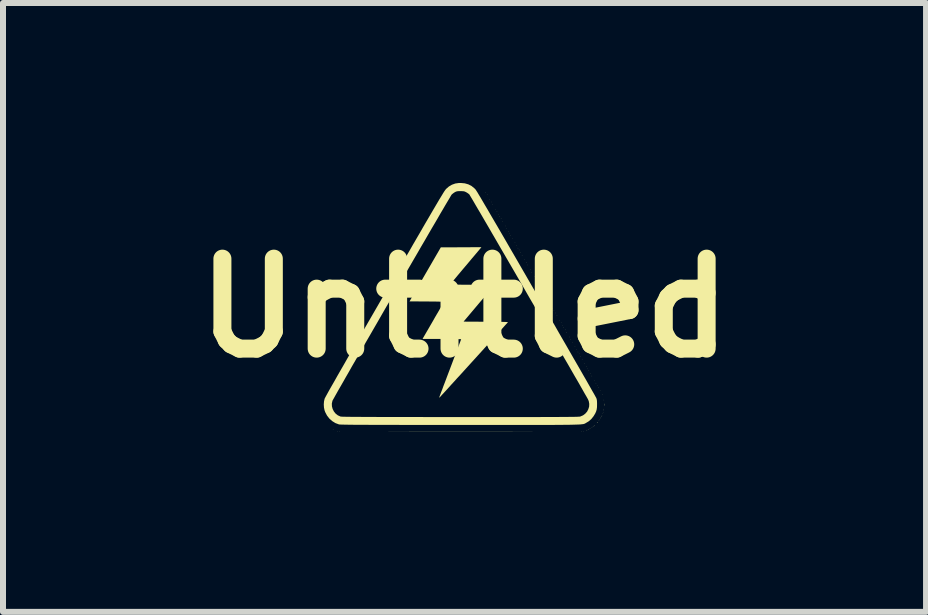
<source format=kicad_pcb>
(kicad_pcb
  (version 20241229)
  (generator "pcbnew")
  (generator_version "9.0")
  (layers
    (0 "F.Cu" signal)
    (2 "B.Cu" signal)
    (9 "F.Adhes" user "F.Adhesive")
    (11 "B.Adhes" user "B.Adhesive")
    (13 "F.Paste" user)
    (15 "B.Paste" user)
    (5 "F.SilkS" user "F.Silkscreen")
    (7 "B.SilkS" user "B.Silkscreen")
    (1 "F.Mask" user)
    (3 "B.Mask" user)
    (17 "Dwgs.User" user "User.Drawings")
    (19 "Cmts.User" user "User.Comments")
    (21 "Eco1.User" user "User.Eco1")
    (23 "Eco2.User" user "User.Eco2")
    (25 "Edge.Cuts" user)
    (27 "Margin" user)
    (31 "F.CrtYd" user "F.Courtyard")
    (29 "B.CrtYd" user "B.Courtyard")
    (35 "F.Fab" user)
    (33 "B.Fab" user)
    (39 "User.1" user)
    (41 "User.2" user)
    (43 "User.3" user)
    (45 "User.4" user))
  (footprint "Untitled"
    (layer "F.Cu")
    (at 4.693 2.083)
    (property "Reference" "Untitled" (at 0 0 0) (layer "F.SilkS") (effects (font (size 1.5 1.5) (thickness 0.3))))
    (attr board_only exclude_from_pos_files exclude_from_bom)
    (fp_poly (pts (xy -2.188 2.029) (xy -2.191 2.032) (xy -2.194 2.029) (xy -2.191 2.025)) (stroke (width 0) (type solid)) (fill yes) (layer "F.SilkS"))
    (fp_poly (pts (xy -2.113 2.054) (xy -2.116 2.057) (xy -2.119 2.054) (xy -2.116 2.051)) (stroke (width 0) (type solid)) (fill yes) (layer "F.SilkS"))
    (fp_poly (pts (xy -2.082 2.06) (xy -2.085 2.063) (xy -2.088 2.06) (xy -2.085 2.057)) (stroke (width 0) (type solid)) (fill yes) (layer "F.SilkS"))
    (fp_poly (pts (xy 0.356 -1.929) (xy 0.353 -1.925) (xy 0.35 -1.929) (xy 0.353 -1.932)) (stroke (width 0) (type solid)) (fill yes) (layer "F.SilkS"))
    (fp_poly (pts (xy 0.381 -1.885) (xy 0.378 -1.882) (xy 0.375 -1.885) (xy 0.378 -1.888)) (stroke (width 0) (type solid)) (fill yes) (layer "F.SilkS"))
    (fp_poly (pts (xy 0.425 -1.81) (xy 0.422 -1.807) (xy 0.419 -1.81) (xy 0.422 -1.813)) (stroke (width 0) (type solid)) (fill yes) (layer "F.SilkS"))
    (fp_poly (pts (xy 0.45 -1.766) (xy 0.447 -1.763) (xy 0.444 -1.766) (xy 0.447 -1.769)) (stroke (width 0) (type solid)) (fill yes) (layer "F.SilkS"))
    (fp_poly (pts (xy 0.475 -1.722) (xy 0.472 -1.719) (xy 0.469 -1.722) (xy 0.472 -1.725)) (stroke (width 0) (type solid)) (fill yes) (layer "F.SilkS"))
    (fp_poly (pts (xy 0.519 -1.647) (xy 0.516 -1.644) (xy 0.513 -1.647) (xy 0.516 -1.65)) (stroke (width 0) (type solid)) (fill yes) (layer "F.SilkS"))
    (fp_poly (pts (xy 0.544 -1.604) (xy 0.541 -1.6) (xy 0.538 -1.604) (xy 0.541 -1.607)) (stroke (width 0) (type solid)) (fill yes) (layer "F.SilkS"))
    (fp_poly (pts (xy 0.569 -1.56) (xy 0.566 -1.557) (xy 0.563 -1.56) (xy 0.566 -1.563)) (stroke (width 0) (type solid)) (fill yes) (layer "F.SilkS"))
    (fp_poly (pts (xy 0.588 -1.529) (xy 0.585 -1.525) (xy 0.581 -1.529) (xy 0.585 -1.532)) (stroke (width 0) (type solid)) (fill yes) (layer "F.SilkS"))
    (fp_poly (pts (xy 0.613 -1.485) (xy 0.61 -1.482) (xy 0.606 -1.485) (xy 0.61 -1.488)) (stroke (width 0) (type solid)) (fill yes) (layer "F.SilkS"))
    (fp_poly (pts (xy 0.638 -1.441) (xy 0.635 -1.438) (xy 0.631 -1.441) (xy 0.635 -1.444)) (stroke (width 0) (type solid)) (fill yes) (layer "F.SilkS"))
    (fp_poly (pts (xy 0.681 -1.366) (xy 0.678 -1.363) (xy 0.675 -1.366) (xy 0.678 -1.369)) (stroke (width 0) (type solid)) (fill yes) (layer "F.SilkS"))
    (fp_poly (pts (xy 0.706 -1.322) (xy 0.703 -1.319) (xy 0.7 -1.322) (xy 0.703 -1.325)) (stroke (width 0) (type solid)) (fill yes) (layer "F.SilkS"))
    (fp_poly (pts (xy 0.731 -1.278) (xy 0.728 -1.275) (xy 0.725 -1.278) (xy 0.728 -1.282)) (stroke (width 0) (type solid)) (fill yes) (layer "F.SilkS"))
    (fp_poly (pts (xy 0.75 -1.247) (xy 0.747 -1.244) (xy 0.744 -1.247) (xy 0.747 -1.25)) (stroke (width 0) (type solid)) (fill yes) (layer "F.SilkS"))
    (fp_poly (pts (xy 0.775 -1.203) (xy 0.772 -1.2) (xy 0.769 -1.203) (xy 0.772 -1.207)) (stroke (width 0) (type solid)) (fill yes) (layer "F.SilkS"))
    (fp_poly (pts (xy 0.8 -1.16) (xy 0.797 -1.157) (xy 0.794 -1.16) (xy 0.797 -1.163)) (stroke (width 0) (type solid)) (fill yes) (layer "F.SilkS"))
    (fp_poly (pts (xy 0.844 -1.085) (xy 0.841 -1.082) (xy 0.838 -1.085) (xy 0.841 -1.088)) (stroke (width 0) (type solid)) (fill yes) (layer "F.SilkS"))
    (fp_poly (pts (xy 0.869 -1.041) (xy 0.866 -1.038) (xy 0.863 -1.041) (xy 0.866 -1.044)) (stroke (width 0) (type solid)) (fill yes) (layer "F.SilkS"))
    (fp_poly (pts (xy 0.894 -0.997) (xy 0.891 -0.994) (xy 0.888 -0.997) (xy 0.891 -1)) (stroke (width 0) (type solid)) (fill yes) (layer "F.SilkS"))
    (fp_poly (pts (xy 0.913 -0.966) (xy 0.91 -0.963) (xy 0.906 -0.966) (xy 0.91 -0.969)) (stroke (width 0) (type solid)) (fill yes) (layer "F.SilkS"))
    (fp_poly (pts (xy 0.938 -0.922) (xy 0.935 -0.919) (xy 0.931 -0.922) (xy 0.935 -0.925)) (stroke (width 0) (type solid)) (fill yes) (layer "F.SilkS"))
    (fp_poly (pts (xy 0.963 -0.878) (xy 0.96 -0.875) (xy 0.956 -0.878) (xy 0.96 -0.881)) (stroke (width 0) (type solid)) (fill yes) (layer "F.SilkS"))
    (fp_poly (pts (xy 1.006 -0.803) (xy 1.003 -0.8) (xy 1 -0.803) (xy 1.003 -0.806)) (stroke (width 0) (type solid)) (fill yes) (layer "F.SilkS"))
    (fp_poly (pts (xy 1.032 -0.76) (xy 1.028 -0.756) (xy 1.025 -0.76) (xy 1.028 -0.763)) (stroke (width 0) (type solid)) (fill yes) (layer "F.SilkS"))
    (fp_poly (pts (xy 1.057 -0.716) (xy 1.053 -0.713) (xy 1.05 -0.716) (xy 1.053 -0.719)) (stroke (width 0) (type solid)) (fill yes) (layer "F.SilkS"))
    (fp_poly (pts (xy 1.1 -0.641) (xy 1.097 -0.638) (xy 1.094 -0.641) (xy 1.097 -0.644)) (stroke (width 0) (type solid)) (fill yes) (layer "F.SilkS"))
    (fp_poly (pts (xy 1.125 -0.597) (xy 1.122 -0.594) (xy 1.119 -0.597) (xy 1.122 -0.6)) (stroke (width 0) (type solid)) (fill yes) (layer "F.SilkS"))
    (fp_poly (pts (xy 1.169 -0.522) (xy 1.166 -0.519) (xy 1.163 -0.522) (xy 1.166 -0.525)) (stroke (width 0) (type solid)) (fill yes) (layer "F.SilkS"))
    (fp_poly (pts (xy 1.194 -0.478) (xy 1.191 -0.475) (xy 1.188 -0.478) (xy 1.191 -0.481)) (stroke (width 0) (type solid)) (fill yes) (layer "F.SilkS"))
    (fp_poly (pts (xy 1.219 -0.434) (xy 1.216 -0.431) (xy 1.213 -0.434) (xy 1.216 -0.438)) (stroke (width 0) (type solid)) (fill yes) (layer "F.SilkS"))
    (fp_poly (pts (xy 1.263 -0.359) (xy 1.26 -0.356) (xy 1.257 -0.359) (xy 1.26 -0.363)) (stroke (width 0) (type solid)) (fill yes) (layer "F.SilkS"))
    (fp_poly (pts (xy 1.288 -0.316) (xy 1.285 -0.313) (xy 1.282 -0.316) (xy 1.285 -0.319)) (stroke (width 0) (type solid)) (fill yes) (layer "F.SilkS"))
    (fp_poly (pts (xy 1.313 -0.272) (xy 1.31 -0.269) (xy 1.307 -0.272) (xy 1.31 -0.275)) (stroke (width 0) (type solid)) (fill yes) (layer "F.SilkS"))
    (fp_poly (pts (xy 1.332 -0.241) (xy 1.328 -0.238) (xy 1.325 -0.241) (xy 1.328 -0.244)) (stroke (width 0) (type solid)) (fill yes) (layer "F.SilkS"))
    (fp_poly (pts (xy 1.357 -0.197) (xy 1.353 -0.194) (xy 1.35 -0.197) (xy 1.353 -0.2)) (stroke (width 0) (type solid)) (fill yes) (layer "F.SilkS"))
    (fp_poly (pts (xy 1.382 -0.153) (xy 1.378 -0.15) (xy 1.375 -0.153) (xy 1.378 -0.156)) (stroke (width 0) (type solid)) (fill yes) (layer "F.SilkS"))
    (fp_poly (pts (xy 1.425 -0.078) (xy 1.422 -0.075) (xy 1.419 -0.078) (xy 1.422 -0.081)) (stroke (width 0) (type solid)) (fill yes) (layer "F.SilkS"))
    (fp_poly (pts (xy 1.45 -0.034) (xy 1.447 -0.031) (xy 1.444 -0.034) (xy 1.447 -0.038)) (stroke (width 0) (type solid)) (fill yes) (layer "F.SilkS"))
    (fp_poly (pts (xy 1.475 0.009) (xy 1.472 0.013) (xy 1.469 0.009) (xy 1.472 0.006)) (stroke (width 0) (type solid)) (fill yes) (layer "F.SilkS"))
    (fp_poly (pts (xy 1.494 0.041) (xy 1.491 0.044) (xy 1.488 0.041) (xy 1.491 0.038)) (stroke (width 0) (type solid)) (fill yes) (layer "F.SilkS"))
    (fp_poly (pts (xy 1.519 0.084) (xy 1.516 0.088) (xy 1.513 0.084) (xy 1.516 0.081)) (stroke (width 0) (type solid)) (fill yes) (layer "F.SilkS"))
    (fp_poly (pts (xy 1.544 0.128) (xy 1.541 0.131) (xy 1.538 0.128) (xy 1.541 0.125)) (stroke (width 0) (type solid)) (fill yes) (layer "F.SilkS"))
    (fp_poly (pts (xy 1.588 0.203) (xy 1.585 0.206) (xy 1.582 0.203) (xy 1.585 0.2)) (stroke (width 0) (type solid)) (fill yes) (layer "F.SilkS"))
    (fp_poly (pts (xy 1.613 0.247) (xy 1.61 0.25) (xy 1.607 0.247) (xy 1.61 0.244)) (stroke (width 0) (type solid)) (fill yes) (layer "F.SilkS"))
    (fp_poly (pts (xy 1.638 0.291) (xy 1.635 0.294) (xy 1.632 0.291) (xy 1.635 0.288)) (stroke (width 0) (type solid)) (fill yes) (layer "F.SilkS"))
    (fp_poly (pts (xy 1.657 0.322) (xy 1.654 0.325) (xy 1.65 0.322) (xy 1.654 0.319)) (stroke (width 0) (type solid)) (fill yes) (layer "F.SilkS"))
    (fp_poly (pts (xy 1.682 0.366) (xy 1.679 0.369) (xy 1.675 0.366) (xy 1.679 0.363)) (stroke (width 0) (type solid)) (fill yes) (layer "F.SilkS"))
    (fp_poly (pts (xy 1.707 0.409) (xy 1.704 0.413) (xy 1.7 0.409) (xy 1.704 0.406)) (stroke (width 0) (type solid)) (fill yes) (layer "F.SilkS"))
    (fp_poly (pts (xy 1.75 0.484) (xy 1.747 0.488) (xy 1.744 0.484) (xy 1.747 0.481)) (stroke (width 0) (type solid)) (fill yes) (layer "F.SilkS"))
    (fp_poly (pts (xy 1.775 0.528) (xy 1.772 0.531) (xy 1.769 0.528) (xy 1.772 0.525)) (stroke (width 0) (type solid)) (fill yes) (layer "F.SilkS"))
    (fp_poly (pts (xy 1.8 0.572) (xy 1.797 0.575) (xy 1.794 0.572) (xy 1.797 0.569)) (stroke (width 0) (type solid)) (fill yes) (layer "F.SilkS"))
    (fp_poly (pts (xy 1.844 0.647) (xy 1.841 0.65) (xy 1.838 0.647) (xy 1.841 0.644)) (stroke (width 0) (type solid)) (fill yes) (layer "F.SilkS"))
    (fp_poly (pts (xy 1.869 0.691) (xy 1.866 0.694) (xy 1.863 0.691) (xy 1.866 0.688)) (stroke (width 0) (type solid)) (fill yes) (layer "F.SilkS"))
    (fp_poly (pts (xy 1.894 0.735) (xy 1.891 0.738) (xy 1.888 0.735) (xy 1.891 0.731)) (stroke (width 0) (type solid)) (fill yes) (layer "F.SilkS"))
    (fp_poly (pts (xy 1.913 0.766) (xy 1.91 0.769) (xy 1.907 0.766) (xy 1.91 0.763)) (stroke (width 0) (type solid)) (fill yes) (layer "F.SilkS"))
    (fp_poly (pts (xy 1.938 0.81) (xy 1.935 0.813) (xy 1.932 0.81) (xy 1.935 0.806)) (stroke (width 0) (type solid)) (fill yes) (layer "F.SilkS"))
    (fp_poly (pts (xy 1.957 2.06) (xy 1.954 2.063) (xy 1.95 2.06) (xy 1.954 2.057)) (stroke (width 0) (type solid)) (fill yes) (layer "F.SilkS"))
    (fp_poly (pts (xy 1.963 0.853) (xy 1.96 0.856) (xy 1.957 0.853) (xy 1.96 0.85)) (stroke (width 0) (type solid)) (fill yes) (layer "F.SilkS"))
    (fp_poly (pts (xy 1.988 2.054) (xy 1.985 2.057) (xy 1.982 2.054) (xy 1.985 2.051)) (stroke (width 0) (type solid)) (fill yes) (layer "F.SilkS"))
    (fp_poly (pts (xy 2.007 0.928) (xy 2.004 0.931) (xy 2 0.928) (xy 2.004 0.925)) (stroke (width 0) (type solid)) (fill yes) (layer "F.SilkS"))
    (fp_poly (pts (xy 2.032 0.972) (xy 2.029 0.975) (xy 2.025 0.972) (xy 2.029 0.969)) (stroke (width 0) (type solid)) (fill yes) (layer "F.SilkS"))
    (fp_poly (pts (xy 2.032 2.041) (xy 2.029 2.044) (xy 2.025 2.041) (xy 2.029 2.038)) (stroke (width 0) (type solid)) (fill yes) (layer "F.SilkS"))
    (fp_poly (pts (xy 2.044 2.035) (xy 2.041 2.038) (xy 2.038 2.035) (xy 2.041 2.032)) (stroke (width 0) (type solid)) (fill yes) (layer "F.SilkS"))
    (fp_poly (pts (xy 2.057 1.016) (xy 2.054 1.019) (xy 2.051 1.016) (xy 2.054 1.013)) (stroke (width 0) (type solid)) (fill yes) (layer "F.SilkS"))
    (fp_poly (pts (xy 2.063 2.029) (xy 2.06 2.032) (xy 2.057 2.029) (xy 2.06 2.025)) (stroke (width 0) (type solid)) (fill yes) (layer "F.SilkS"))
    (fp_poly (pts (xy 2.076 1.047) (xy 2.072 1.05) (xy 2.069 1.047) (xy 2.072 1.044)) (stroke (width 0) (type solid)) (fill yes) (layer "F.SilkS"))
    (fp_poly (pts (xy 2.076 2.022) (xy 2.072 2.025) (xy 2.069 2.022) (xy 2.072 2.019)) (stroke (width 0) (type solid)) (fill yes) (layer "F.SilkS"))
    (fp_poly (pts (xy 2.088 2.016) (xy 2.085 2.019) (xy 2.082 2.016) (xy 2.085 2.013)) (stroke (width 0) (type solid)) (fill yes) (layer "F.SilkS"))
    (fp_poly (pts (xy 2.101 1.091) (xy 2.097 1.094) (xy 2.094 1.091) (xy 2.097 1.088)) (stroke (width 0) (type solid)) (fill yes) (layer "F.SilkS"))
    (fp_poly (pts (xy 2.101 2.01) (xy 2.097 2.013) (xy 2.094 2.01) (xy 2.097 2.007)) (stroke (width 0) (type solid)) (fill yes) (layer "F.SilkS"))
    (fp_poly (pts (xy 2.119 1.997) (xy 2.116 2) (xy 2.113 1.997) (xy 2.116 1.994)) (stroke (width 0) (type solid)) (fill yes) (layer "F.SilkS"))
    (fp_poly (pts (xy 2.126 1.135) (xy 2.122 1.138) (xy 2.119 1.135) (xy 2.122 1.132)) (stroke (width 0) (type solid)) (fill yes) (layer "F.SilkS"))
    (fp_poly (pts (xy 2.138 1.985) (xy 2.135 1.988) (xy 2.132 1.985) (xy 2.135 1.982)) (stroke (width 0) (type solid)) (fill yes) (layer "F.SilkS"))
    (fp_poly (pts (xy 2.169 1.21) (xy 2.166 1.213) (xy 2.163 1.21) (xy 2.166 1.207)) (stroke (width 0) (type solid)) (fill yes) (layer "F.SilkS"))
    (fp_poly (pts (xy 2.194 1.253) (xy 2.191 1.257) (xy 2.188 1.253) (xy 2.191 1.25)) (stroke (width 0) (type solid)) (fill yes) (layer "F.SilkS"))
    (fp_poly (pts (xy 2.219 1.297) (xy 2.216 1.3) (xy 2.213 1.297) (xy 2.216 1.294)) (stroke (width 0) (type solid)) (fill yes) (layer "F.SilkS"))
    (fp_poly (pts (xy 2.238 1.328) (xy 2.235 1.332) (xy 2.232 1.328) (xy 2.235 1.325)) (stroke (width 0) (type solid)) (fill yes) (layer "F.SilkS"))
    (fp_poly (pts (xy 2.244 1.879) (xy 2.241 1.882) (xy 2.238 1.879) (xy 2.241 1.875)) (stroke (width 0) (type solid)) (fill yes) (layer "F.SilkS"))
    (fp_poly (pts (xy 2.257 1.86) (xy 2.254 1.863) (xy 2.251 1.86) (xy 2.254 1.857)) (stroke (width 0) (type solid)) (fill yes) (layer "F.SilkS"))
    (fp_poly (pts (xy 2.263 1.372) (xy 2.26 1.375) (xy 2.257 1.372) (xy 2.26 1.369)) (stroke (width 0) (type solid)) (fill yes) (layer "F.SilkS"))
    (fp_poly (pts (xy 2.269 1.841) (xy 2.266 1.844) (xy 2.263 1.841) (xy 2.266 1.838)) (stroke (width 0) (type solid)) (fill yes) (layer "F.SilkS"))
    (fp_poly (pts (xy 2.276 1.829) (xy 2.272 1.832) (xy 2.269 1.829) (xy 2.272 1.825)) (stroke (width 0) (type solid)) (fill yes) (layer "F.SilkS"))
    (fp_poly (pts (xy 2.282 1.816) (xy 2.279 1.819) (xy 2.276 1.816) (xy 2.279 1.813)) (stroke (width 0) (type solid)) (fill yes) (layer "F.SilkS"))
    (fp_poly (pts (xy 2.288 1.804) (xy 2.285 1.807) (xy 2.282 1.804) (xy 2.285 1.8)) (stroke (width 0) (type solid)) (fill yes) (layer "F.SilkS"))
    (fp_poly (pts (xy 2.294 1.791) (xy 2.291 1.794) (xy 2.288 1.791) (xy 2.291 1.788)) (stroke (width 0) (type solid)) (fill yes) (layer "F.SilkS"))
    (fp_poly (pts (xy 2.301 1.447) (xy 2.297 1.45) (xy 2.294 1.447) (xy 2.297 1.444)) (stroke (width 0) (type solid)) (fill yes) (layer "F.SilkS"))
    (fp_poly (pts (xy 2.307 1.76) (xy 2.304 1.763) (xy 2.301 1.76) (xy 2.304 1.757)) (stroke (width 0) (type solid)) (fill yes) (layer "F.SilkS"))
    (fp_poly (pts (xy 2.313 1.741) (xy 2.31 1.744) (xy 2.307 1.741) (xy 2.31 1.738)) (stroke (width 0) (type solid)) (fill yes) (layer "F.SilkS"))
    (fp_poly (pts (xy 2.319 1.716) (xy 2.316 1.719) (xy 2.313 1.716) (xy 2.316 1.713)) (stroke (width 0) (type solid)) (fill yes) (layer "F.SilkS"))
    (fp_poly (pts (xy 2.326 1.535) (xy 2.322 1.538) (xy 2.319 1.535) (xy 2.322 1.532)) (stroke (width 0) (type solid)) (fill yes) (layer "F.SilkS"))
    (fp_poly (pts (xy 2.323 1.684) (xy 2.324 1.691) (xy 2.323 1.692) (xy 2.32 1.691) (xy 2.319 1.688) (xy 2.322 1.683)) (stroke (width 0) (type solid)) (fill yes) (layer "F.SilkS"))
    (fp_poly (pts (xy 2.167 1.96) (xy 2.164 1.965) (xy 2.155 1.974) (xy 2.151 1.974) (xy 2.151 1.973) (xy 2.155 1.968) (xy 2.161 1.962) (xy 2.169 1.957)) (stroke (width 0) (type solid)) (fill yes) (layer "F.SilkS"))
    (fp_poly (pts (xy 2.224 1.904) (xy 2.22 1.908) (xy 2.211 1.918) (xy 2.207 1.918) (xy 2.207 1.917) (xy 2.211 1.912) (xy 2.218 1.906) (xy 2.225 1.901)) (stroke (width 0) (type solid)) (fill yes) (layer "F.SilkS"))
    (fp_poly (pts (xy 2.33 1.596) (xy 2.331 1.616) (xy 2.33 1.63) (xy 2.329 1.634) (xy 2.328 1.627) (xy 2.327 1.613) (xy 2.328 1.597) (xy 2.329 1.592)) (stroke (width 0) (type solid)) (fill yes) (layer "F.SilkS"))
    (fp_poly (pts (xy 0.023 2.064) (xy 0.188 2.064) (xy 0.351 2.064) (xy 0.508 2.064) (xy 0.659 2.064) (xy 0.801 2.064) (xy 0.92 2.065) (xy 0.989 2.065) (xy 1.045 2.065) (xy 1.09 2.065) (xy 1.122 2.065) (xy 1.143 2.065) (xy 1.152 2.065) (xy 1.15 2.065) (xy 1.137 2.065) (xy 1.113 2.066) (xy 1.078 2.066) (xy 1.033 2.066) (xy 0.978 2.066) (xy 0.912 2.066) (xy 0.837 2.066) (xy 0.751 2.066) (xy 0.657 2.066) (xy 0.553 2.066) (xy 0.44 2.066) (xy 0.318 2.066) (xy 0.187 2.066) (xy 0.048 2.066) (xy -0.066 2.066) (xy -0.211 2.066) (xy -0.349 2.066) (xy -0.477 2.066) (xy -0.597 2.066) (xy -0.709 2.066) (xy -0.811 2.066) (xy -0.903 2.066) (xy -0.987 2.066) (xy -1.06 2.066) (xy -1.124 2.066) (xy -1.177 2.066) (xy -1.22 2.066) (xy -1.252 2.066) (xy -1.274 2.065) (xy -1.285 2.065) (xy -1.285 2.065) (xy -1.273 2.065) (xy -1.25 2.065) (xy -1.215 2.065) (xy -1.168 2.065) (xy -1.109 2.065) (xy -1.055 2.065) (xy -0.923 2.064) (xy -0.781 2.064) (xy -0.63 2.064) (xy -0.472 2.064) (xy -0.309 2.064) (xy -0.144 2.064)) (stroke (width 0) (type solid)) (fill yes) (layer "F.SilkS"))
    (fp_poly (pts (xy 0.265 -0.992) (xy 0.257 -0.983) (xy 0.243 -0.966) (xy 0.222 -0.941) (xy 0.195 -0.909) (xy 0.163 -0.871) (xy 0.127 -0.829) (xy 0.088 -0.782) (xy 0.046 -0.732) (xy 0.006 -0.685) (xy -0.037 -0.634) (xy -0.078 -0.585) (xy -0.116 -0.54) (xy -0.15 -0.499) (xy -0.179 -0.464) (xy -0.203 -0.435) (xy -0.221 -0.413) (xy -0.233 -0.399) (xy -0.236 -0.394) (xy -0.231 -0.392) (xy -0.213 -0.391) (xy -0.184 -0.39) (xy -0.143 -0.389) (xy -0.092 -0.388) (xy -0.03 -0.387) (xy 0.042 -0.387) (xy 0.123 -0.386) (xy 0.131 -0.386) (xy 0.501 -0.384) (xy 0.242 -0.078) (xy -0.016 0.228) (xy 0.355 0.23) (xy 0.433 0.23) (xy 0.504 0.231) (xy 0.565 0.232) (xy 0.618 0.232) (xy 0.661 0.233) (xy 0.693 0.234) (xy 0.714 0.236) (xy 0.724 0.237) (xy 0.724 0.237) (xy 0.72 0.242) (xy 0.708 0.256) (xy 0.688 0.277) (xy 0.662 0.306) (xy 0.63 0.342) (xy 0.593 0.383) (xy 0.551 0.43) (xy 0.504 0.482) (xy 0.454 0.537) (xy 0.4 0.596) (xy 0.345 0.657) (xy 0.287 0.721) (xy 0.228 0.786) (xy 0.168 0.852) (xy 0.109 0.917) (xy 0.049 0.983) (xy -0.009 1.047) (xy -0.065 1.109) (xy -0.12 1.168) (xy -0.171 1.225) (xy -0.219 1.277) (xy -0.263 1.326) (xy -0.302 1.369) (xy -0.336 1.406) (xy -0.364 1.436) (xy -0.386 1.46) (xy -0.4 1.476) (xy -0.402 1.478) (xy -0.415 1.491) (xy -0.422 1.495) (xy -0.422 1.491) (xy -0.419 1.483) (xy -0.412 1.465) (xy -0.402 1.437) (xy -0.388 1.399) (xy -0.37 1.354) (xy -0.351 1.301) (xy -0.328 1.242) (xy -0.304 1.178) (xy -0.278 1.109) (xy -0.25 1.036) (xy -0.237 1.001) (xy -0.209 0.927) (xy -0.183 0.857) (xy -0.158 0.791) (xy -0.135 0.73) (xy -0.114 0.675) (xy -0.096 0.628) (xy -0.081 0.588) (xy -0.069 0.556) (xy -0.061 0.534) (xy -0.057 0.523) (xy -0.056 0.521) (xy -0.062 0.521) (xy -0.08 0.52) (xy -0.107 0.52) (xy -0.144 0.519) (xy -0.188 0.519) (xy -0.239 0.518) (xy -0.296 0.518) (xy -0.357 0.517) (xy -0.378 0.517) (xy -0.7 0.516) (xy -0.524 0.213) (xy -0.492 0.156) (xy -0.461 0.103) (xy -0.432 0.054) (xy -0.407 0.01) (xy -0.385 -0.028) (xy -0.368 -0.059) (xy -0.355 -0.082) (xy -0.347 -0.095) (xy -0.346 -0.098) (xy -0.347 -0.1) (xy -0.355 -0.102) (xy -0.369 -0.103) (xy -0.39 -0.104) (xy -0.42 -0.105) (xy -0.459 -0.106) (xy -0.508 -0.107) (xy -0.567 -0.107) (xy -0.63 -0.108) (xy -0.917 -0.109) (xy -0.656 -0.56) (xy -0.395 -1.01) (xy -0.057 -1.011) (xy 0.282 -1.013)) (stroke (width 0) (type solid)) (fill yes) (layer "F.SilkS"))
    (fp_poly (pts (xy 0.004 -2.077) (xy 0.064 -2.06) (xy 0.118 -2.032) (xy 0.166 -1.993) (xy 0.184 -1.974) (xy 0.19 -1.966) (xy 0.201 -1.948) (xy 0.218 -1.922) (xy 0.239 -1.886) (xy 0.267 -1.84) (xy 0.299 -1.785) (xy 0.337 -1.72) (xy 0.381 -1.646) (xy 0.43 -1.561) (xy 0.485 -1.467) (xy 0.546 -1.363) (xy 0.613 -1.248) (xy 0.685 -1.124) (xy 0.763 -0.989) (xy 0.848 -0.843) (xy 0.938 -0.687) (xy 1.034 -0.521) (xy 1.136 -0.344) (xy 1.198 -0.237) (xy 1.276 -0.102) (xy 1.353 0.031) (xy 1.428 0.161) (xy 1.501 0.287) (xy 1.571 0.41) (xy 1.639 0.528) (xy 1.705 0.642) (xy 1.767 0.75) (xy 1.826 0.853) (xy 1.882 0.95) (xy 1.934 1.04) (xy 1.982 1.124) (xy 2.026 1.2) (xy 2.065 1.269) (xy 2.099 1.329) (xy 2.129 1.382) (xy 2.154 1.425) (xy 2.173 1.459) (xy 2.186 1.483) (xy 2.194 1.497) (xy 2.196 1.5) (xy 2.202 1.518) (xy 2.206 1.536) (xy 2.208 1.558) (xy 2.209 1.587) (xy 2.209 1.61) (xy 2.208 1.656) (xy 2.203 1.693) (xy 2.193 1.727) (xy 2.178 1.76) (xy 2.155 1.798) (xy 2.153 1.802) (xy 2.116 1.849) (xy 2.074 1.887) (xy 2.033 1.912) (xy 2.027 1.915) (xy 2.021 1.919) (xy 2.016 1.922) (xy 2.011 1.925) (xy 2.006 1.928) (xy 2 1.93) (xy 1.993 1.932) (xy 1.985 1.935) (xy 1.974 1.937) (xy 1.961 1.938) (xy 1.945 1.94) (xy 1.927 1.942) (xy 1.904 1.943) (xy 1.878 1.944) (xy 1.847 1.945) (xy 1.811 1.946) (xy 1.77 1.947) (xy 1.724 1.948) (xy 1.671 1.948) (xy 1.612 1.949) (xy 1.546 1.949) (xy 1.473 1.95) (xy 1.392 1.95) (xy 1.303 1.95) (xy 1.205 1.95) (xy 1.099 1.95) (xy 0.983 1.95) (xy 0.857 1.95) (xy 0.721 1.95) (xy 0.575 1.95) (xy 0.418 1.95) (xy 0.249 1.95) (xy 0.069 1.95) (xy -0.069 1.95) (xy -0.258 1.95) (xy -0.436 1.95) (xy -0.602 1.95) (xy -0.756 1.95) (xy -0.9 1.95) (xy -1.033 1.95) (xy -1.156 1.949) (xy -1.269 1.949) (xy -1.373 1.949) (xy -1.468 1.949) (xy -1.555 1.949) (xy -1.633 1.948) (xy -1.703 1.948) (xy -1.767 1.948) (xy -1.823 1.948) (xy -1.872 1.947) (xy -1.916 1.947) (xy -1.953 1.946) (xy -1.985 1.946) (xy -2.013 1.945) (xy -2.035 1.945) (xy -2.053 1.944) (xy -2.068 1.943) (xy -2.079 1.943) (xy -2.087 1.942) (xy -2.093 1.941) (xy -2.094 1.941) (xy -2.153 1.919) (xy -2.206 1.886) (xy -2.253 1.844) (xy -2.292 1.794) (xy -2.322 1.737) (xy -2.333 1.707) (xy -2.343 1.66) (xy -2.346 1.608) (xy -2.345 1.595) (xy -2.212 1.595) (xy -2.21 1.641) (xy -2.198 1.685) (xy -2.177 1.726) (xy -2.148 1.762) (xy -2.112 1.79) (xy -2.07 1.809) (xy -2.063 1.811) (xy -2.058 1.811) (xy -2.047 1.812) (xy -2.032 1.813) (xy -2.01 1.813) (xy -1.982 1.814) (xy -1.948 1.815) (xy -1.907 1.815) (xy -1.858 1.816) (xy -1.803 1.816) (xy -1.739 1.816) (xy -1.667 1.817) (xy -1.587 1.817) (xy -1.498 1.817) (xy -1.4 1.818) (xy -1.292 1.818) (xy -1.175 1.818) (xy -1.047 1.818) (xy -0.909 1.818) (xy -0.76 1.818) (xy -0.6 1.819) (xy -0.428 1.819) (xy -0.244 1.819) (xy -0.068 1.819) (xy 0.119 1.819) (xy 0.294 1.819) (xy 0.457 1.819) (xy 0.609 1.819) (xy 0.75 1.819) (xy 0.88 1.819) (xy 1.001 1.819) (xy 1.112 1.819) (xy 1.214 1.819) (xy 1.307 1.818) (xy 1.391 1.818) (xy 1.467 1.818) (xy 1.536 1.818) (xy 1.598 1.817) (xy 1.653 1.817) (xy 1.701 1.817) (xy 1.743 1.816) (xy 1.78 1.816) (xy 1.812 1.816) (xy 1.839 1.815) (xy 1.862 1.814) (xy 1.88 1.814) (xy 1.896 1.813) (xy 1.908 1.812) (xy 1.917 1.812) (xy 1.924 1.811) (xy 1.929 1.81) (xy 1.932 1.809) (xy 1.976 1.79) (xy 2.013 1.762) (xy 2.043 1.728) (xy 2.064 1.687) (xy 2.077 1.644) (xy 2.079 1.599) (xy 2.071 1.554) (xy 2.062 1.532) (xy 2.057 1.521) (xy 2.046 1.501) (xy 2.029 1.471) (xy 2.006 1.432) (xy 1.979 1.384) (xy 1.947 1.328) (xy 1.911 1.264) (xy 1.87 1.193) (xy 1.825 1.116) (xy 1.777 1.032) (xy 1.726 0.943) (xy 1.671 0.849) (xy 1.614 0.75) (xy 1.555 0.646) (xy 1.493 0.54) (xy 1.43 0.43) (xy 1.364 0.317) (xy 1.298 0.202) (xy 1.231 0.086) (xy 1.163 -0.032) (xy 1.094 -0.15) (xy 1.026 -0.268) (xy 0.958 -0.386) (xy 0.89 -0.503) (xy 0.823 -0.619) (xy 0.757 -0.732) (xy 0.692 -0.844) (xy 0.629 -0.952) (xy 0.568 -1.057) (xy 0.509 -1.159) (xy 0.453 -1.255) (xy 0.4 -1.347) (xy 0.349 -1.434) (xy 0.302 -1.515) (xy 0.259 -1.589) (xy 0.219 -1.656) (xy 0.184 -1.716) (xy 0.154 -1.768) (xy 0.128 -1.812) (xy 0.107 -1.847) (xy 0.092 -1.872) (xy 0.083 -1.888) (xy 0.079 -1.893) (xy 0.062 -1.907) (xy 0.04 -1.922) (xy 0.025 -1.93) (xy 0.007 -1.939) (xy -0.01 -1.944) (xy -0.03 -1.946) (xy -0.056 -1.947) (xy -0.069 -1.947) (xy -0.098 -1.947) (xy -0.119 -1.945) (xy -0.136 -1.941) (xy -0.151 -1.935) (xy -0.159 -1.931) (xy -0.182 -1.916) (xy -0.205 -1.898) (xy -0.214 -1.89) (xy -0.219 -1.883) (xy -0.23 -1.865) (xy -0.246 -1.837) (xy -0.268 -1.8) (xy -0.295 -1.755) (xy -0.327 -1.701) (xy -0.363 -1.639) (xy -0.404 -1.57) (xy -0.448 -1.493) (xy -0.496 -1.411) (xy -0.548 -1.323) (xy -0.602 -1.23) (xy -0.659 -1.131) (xy -0.719 -1.029) (xy -0.78 -0.923) (xy -0.844 -0.813) (xy -0.909 -0.701) (xy -0.976 -0.586) (xy -1.043 -0.469) (xy -1.111 -0.352) (xy -1.18 -0.233) (xy -1.248 -0.114) (xy -1.317 0.004) (xy -1.385 0.122) (xy -1.452 0.239) (xy -1.518 0.353) (xy -1.583 0.466) (xy -1.647 0.576) (xy -1.708 0.682) (xy -1.767 0.785) (xy -1.824 0.884) (xy -1.878 0.977) (xy -1.928 1.066) (xy -1.976 1.149) (xy -2.019 1.225) (xy -2.059 1.295) (xy -2.095 1.357) (xy -2.126 1.412) (xy -2.152 1.458) (xy -2.173 1.496) (xy -2.189 1.524) (xy -2.199 1.542) (xy -2.202 1.55) (xy -2.212 1.595) (xy -2.345 1.595) (xy -2.342 1.557) (xy -2.332 1.513) (xy -2.327 1.503) (xy -2.316 1.482) (xy -2.299 1.451) (xy -2.276 1.409) (xy -2.247 1.357) (xy -2.211 1.294) (xy -2.169 1.221) (xy -2.122 1.137) (xy -2.068 1.043) (xy -2.008 0.939) (xy -1.943 0.824) (xy -1.871 0.7) (xy -1.794 0.565) (xy -1.711 0.42) (xy -1.622 0.266) (xy -1.527 0.102) (xy -1.426 -0.073) (xy -1.333 -0.234) (xy -1.239 -0.397) (xy -1.151 -0.549) (xy -1.069 -0.691) (xy -0.993 -0.823) (xy -0.922 -0.945) (xy -0.857 -1.059) (xy -0.796 -1.164) (xy -0.74 -1.26) (xy -0.689 -1.349) (xy -0.642 -1.43) (xy -0.599 -1.503) (xy -0.56 -1.57) (xy -0.525 -1.63) (xy -0.493 -1.684) (xy -0.465 -1.732) (xy -0.44 -1.774) (xy -0.418 -1.812) (xy -0.398 -1.844) (xy -0.381 -1.872) (xy -0.366 -1.897) (xy -0.354 -1.917) (xy -0.343 -1.934) (xy -0.334 -1.948) (xy -0.326 -1.959) (xy -0.32 -1.968) (xy -0.314 -1.975) (xy -0.31 -1.98) (xy -0.308 -1.983) (xy -0.261 -2.024) (xy -0.21 -2.054) (xy -0.154 -2.074) (xy -0.092 -2.083) (xy -0.063 -2.083)) (stroke (width 0) (type solid)) (fill yes) (layer "F.SilkS")))
  (gr_rect
    (start -3 -3)
    (end 12.386 7.149)
    (stroke (width 0.1) (type default))
    (fill no)
    (layer "Edge.Cuts")))
</source>
